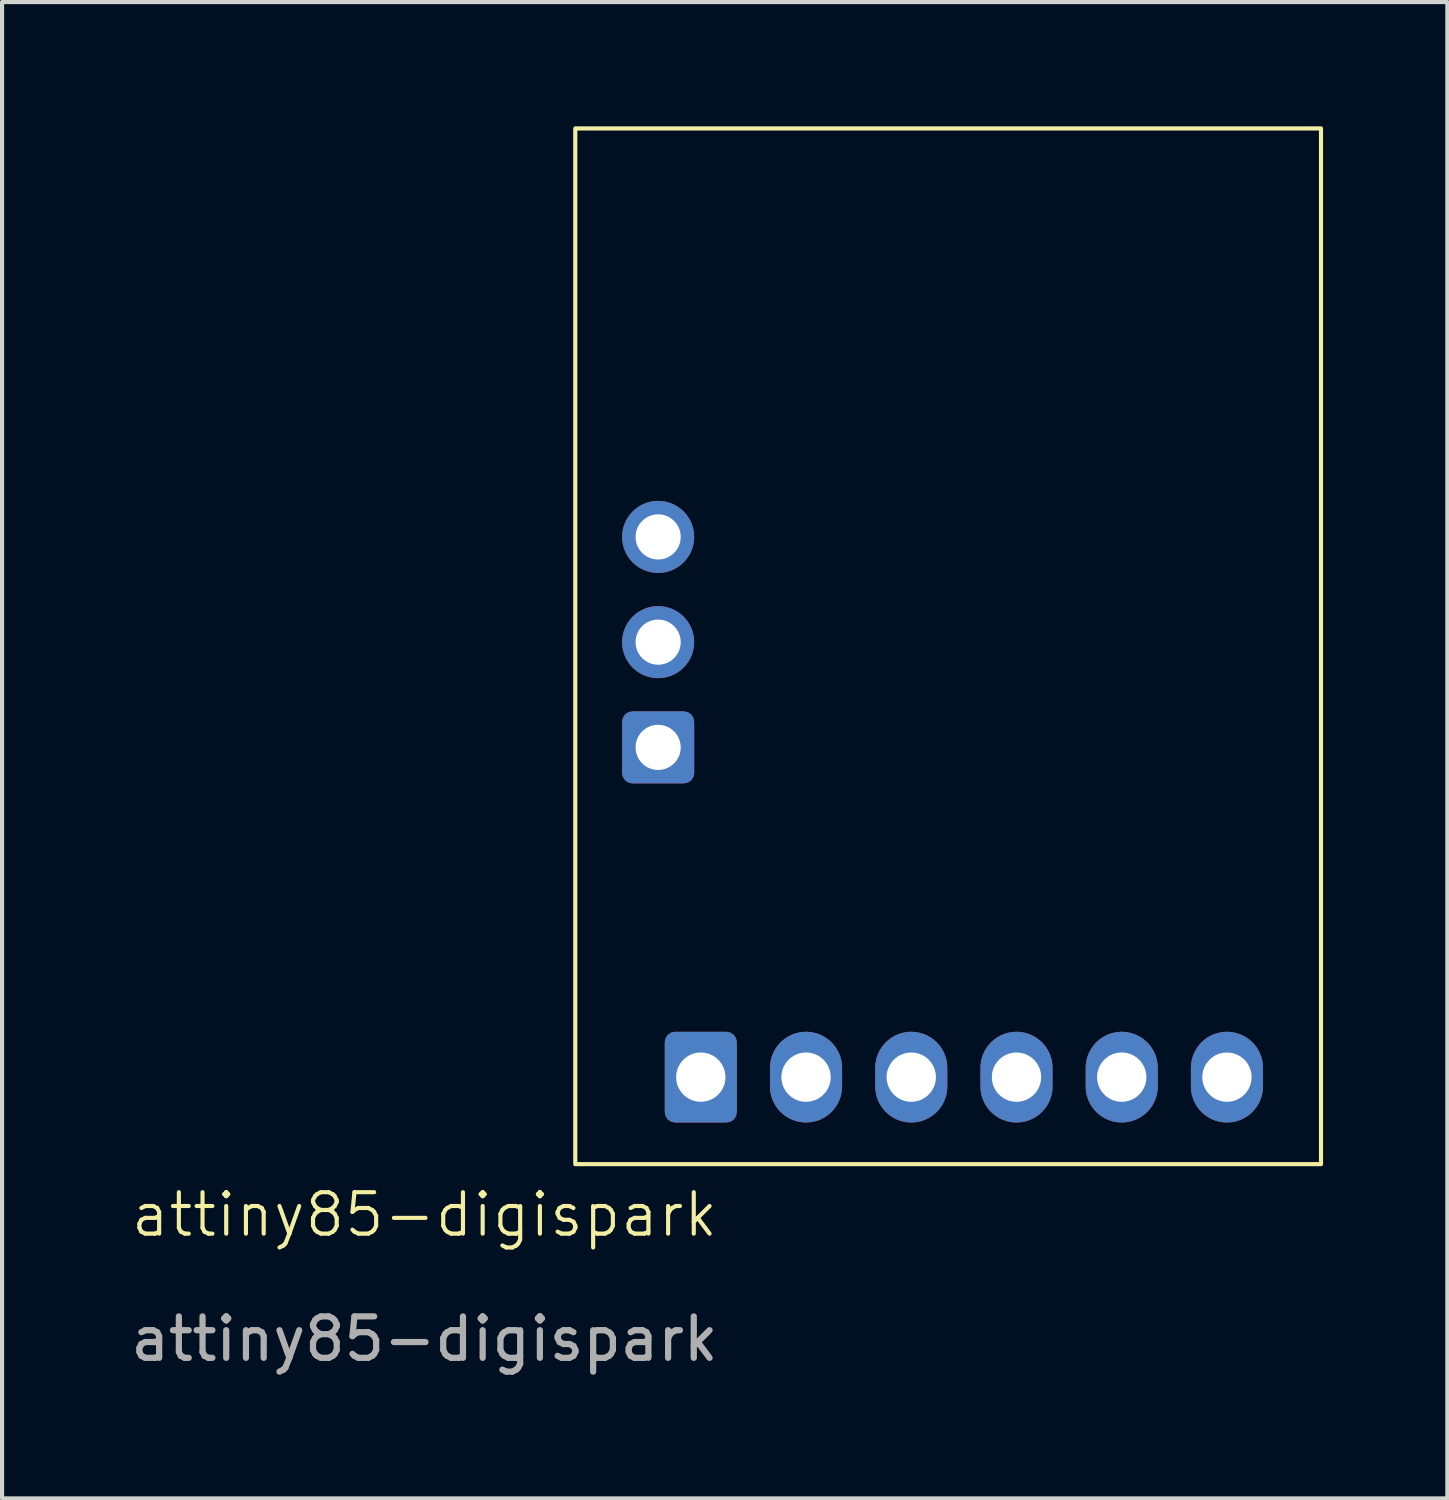
<source format=kicad_pcb>
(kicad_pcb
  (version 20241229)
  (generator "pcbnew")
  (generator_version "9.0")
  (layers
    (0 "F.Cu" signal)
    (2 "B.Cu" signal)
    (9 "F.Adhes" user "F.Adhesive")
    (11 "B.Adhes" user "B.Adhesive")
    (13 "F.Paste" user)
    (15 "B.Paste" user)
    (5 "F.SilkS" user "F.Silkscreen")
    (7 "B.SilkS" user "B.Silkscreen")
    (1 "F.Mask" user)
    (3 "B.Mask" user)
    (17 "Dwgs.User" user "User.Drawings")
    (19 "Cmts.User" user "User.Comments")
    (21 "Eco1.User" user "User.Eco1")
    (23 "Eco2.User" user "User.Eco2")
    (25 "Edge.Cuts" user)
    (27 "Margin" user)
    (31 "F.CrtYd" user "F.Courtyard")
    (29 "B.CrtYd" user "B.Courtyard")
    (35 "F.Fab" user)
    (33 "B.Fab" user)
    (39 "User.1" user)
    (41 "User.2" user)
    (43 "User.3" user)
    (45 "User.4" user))
  (footprint "attiny85-digispark"
    (layer "F.Cu")
    (at 7.196 26.77)
    (property "Reference" "attiny85-digispark" (at 0 -0.5 0) (unlocked yes) (layer "F.SilkS") (effects (font (size 1 1) (thickness 0.1))))
    (attr through_hole)
    (fp_rect (start 3.64 -26.72) (end 21.64 -1.72) (stroke (width 0.1) (type default)) (fill no) (layer "F.SilkS"))
    (fp_text user "${REFERENCE}" (at 0 2.5 0) (unlocked yes) (layer "F.Fab") (effects (font (size 1 1) (thickness 0.15))))
    (pad "1" thru_hole circle (at 5.64 -16.86 90) (size 1.74 1.74) (drill 1.09) (layers "*.Cu" "*.Mask"))
    (pad "2" thru_hole circle (at 5.64 -14.32 90) (size 1.74 1.74) (drill 1.09) (layers "*.Cu" "*.Mask"))
    (pad "3" thru_hole roundrect (at 5.64 -11.78 90) (size 1.74 1.74) (drill 1.09) (layers "*.Cu" "*.Mask") (roundrect_rratio 0.144))
    (pad "4" thru_hole roundrect (at 6.67 -3.82) (size 1.74 2.19) (drill 1.19) (layers "*.Cu" "*.Mask") (roundrect_rratio 0.144))
    (pad "5" thru_hole oval (at 9.21 -3.82) (size 1.74 2.19) (drill 1.19) (layers "*.Cu" "*.Mask"))
    (pad "6" thru_hole oval (at 11.75 -3.82) (size 1.74 2.19) (drill 1.19) (layers "*.Cu" "*.Mask"))
    (pad "7" thru_hole oval (at 14.29 -3.82) (size 1.74 2.19) (drill 1.19) (layers "*.Cu" "*.Mask"))
    (pad "8" thru_hole oval (at 16.83 -3.82) (size 1.74 2.19) (drill 1.19) (layers "*.Cu" "*.Mask"))
    (pad "9" thru_hole oval (at 19.37 -3.82) (size 1.74 2.19) (drill 1.19) (layers "*.Cu" "*.Mask")))
  (gr_rect
    (start -3 -3)
    (end 31.886 33.118)
    (stroke (width 0.1) (type default))
    (fill no)
    (layer "Edge.Cuts")))
</source>
